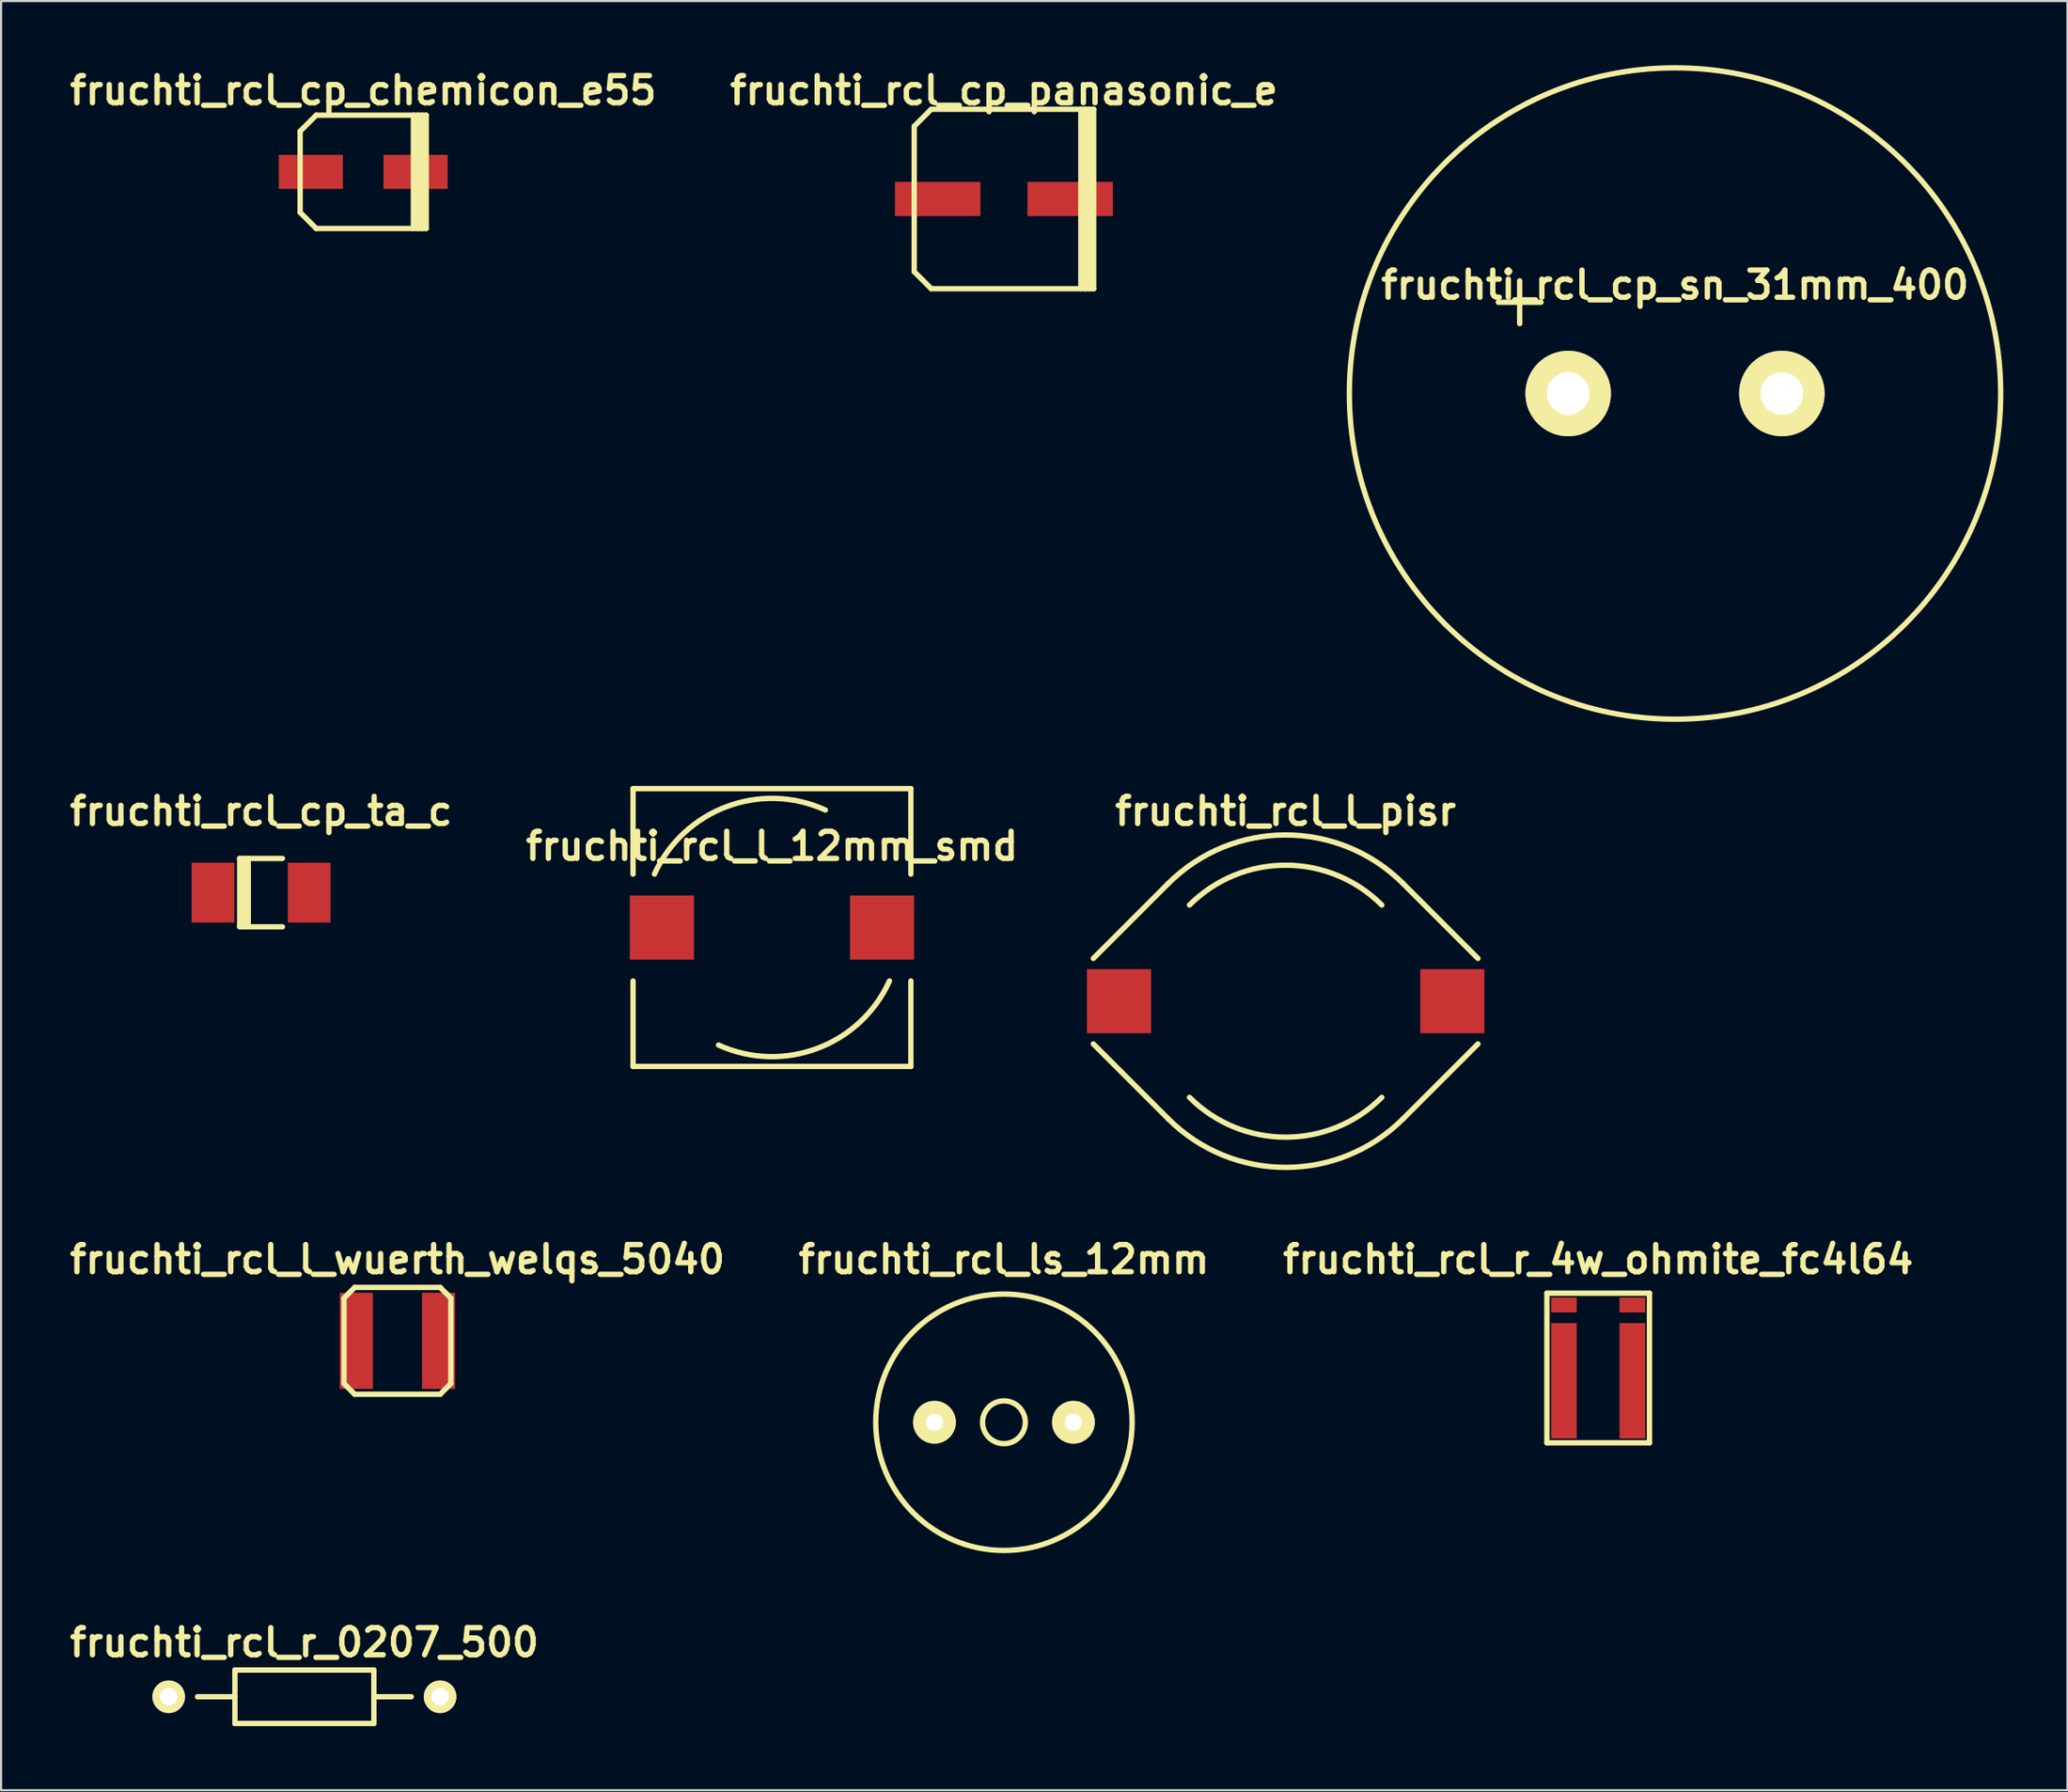
<source format=kicad_pcb>
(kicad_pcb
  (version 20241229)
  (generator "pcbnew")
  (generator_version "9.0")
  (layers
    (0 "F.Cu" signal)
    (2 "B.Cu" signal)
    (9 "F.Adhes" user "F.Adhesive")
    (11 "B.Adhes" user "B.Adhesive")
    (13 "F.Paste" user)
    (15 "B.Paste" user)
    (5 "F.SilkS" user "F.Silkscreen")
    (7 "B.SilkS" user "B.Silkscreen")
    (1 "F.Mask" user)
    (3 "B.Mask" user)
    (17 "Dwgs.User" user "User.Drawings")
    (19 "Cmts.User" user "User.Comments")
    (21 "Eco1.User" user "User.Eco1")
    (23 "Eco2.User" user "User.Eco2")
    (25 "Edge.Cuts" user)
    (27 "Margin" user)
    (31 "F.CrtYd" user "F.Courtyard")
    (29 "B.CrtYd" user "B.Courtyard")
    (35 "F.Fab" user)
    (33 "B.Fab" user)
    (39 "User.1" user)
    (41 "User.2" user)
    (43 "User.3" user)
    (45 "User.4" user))
  (footprint "fruchti_rcl_cp_sn_31mm_400"
    (layer "F.Cu")
    (at 75.334 15.365)
    (property "Reference" "fruchti_rcl_cp_sn_31mm_400" (at 0 -5.08 0) (layer "F.SilkS") (effects (font (size 1.27 1.27) (thickness 0.25))))
    (attr through_hole)
    (fp_line (start -8.27 -4.27) (end -6.271 -4.27) (stroke (width 0.25) (type solid)) (layer "F.SilkS"))
    (fp_line (start -7.269 -5.271) (end -7.269 -3.269) (stroke (width 0.25) (type solid)) (layer "F.SilkS"))
    (fp_circle (center 0 0) (end 15.24 0) (stroke (width 0.25) (type solid)) (fill no) (layer "F.SilkS"))
    (pad "1" thru_hole circle (at -5 0) (size 4 4) (drill 2) (layers "*.Cu" "*.Mask" "F.SilkS"))
    (pad "2" thru_hole circle (at 5 0) (size 4 4) (drill 2) (layers "*.Cu" "*.Mask" "F.SilkS")))
  (footprint "fruchti_rcl_l_12mm_smd"
    (layer "F.Cu")
    (at 33.075 40.355)
    (property "Reference" "fruchti_rcl_l_12mm_smd" (at 0 -3.81 0) (layer "F.SilkS") (effects (font (size 1.27 1.27) (thickness 0.25))))
    (attr through_hole)
    (fp_line (start -6.5 -6.5) (end -6.5 -2.5) (stroke (width 0.25) (type solid)) (layer "F.SilkS"))
    (fp_line (start -6.5 6.5) (end -6.5 2.5) (stroke (width 0.25) (type solid)) (layer "F.SilkS"))
    (fp_line (start -6.5 6.5) (end 6.5 6.5) (stroke (width 0.25) (type solid)) (layer "F.SilkS"))
    (fp_line (start 6.5 -6.5) (end -6.5 -6.5) (stroke (width 0.25) (type solid)) (layer "F.SilkS"))
    (fp_line (start 6.5 -6.5) (end 6.5 -2.5) (stroke (width 0.25) (type solid)) (layer "F.SilkS"))
    (fp_line (start 6.5 6.5) (end 6.5 2.5) (stroke (width 0.25) (type solid)) (layer "F.SilkS"))
    (fp_arc (start -5.5 -2.5) (mid -2.12132 -5.656854) (end 2.5 -5.5) (stroke (width 0.25) (type solid)) (layer "F.SilkS"))
    (fp_arc (start 5.5 2.5) (mid 2.12132 5.656854) (end -2.5 5.5) (stroke (width 0.25) (type solid)) (layer "F.SilkS"))
    (pad "1" smd rect (at -5.151 0) (size 3 3) (layers "F.Cu" "F.Mask" "F.Paste"))
    (pad "2" smd rect (at 5.151 0) (size 3 3) (layers "F.Cu" "F.Mask" "F.Paste")))
  (footprint "fruchti_rcl_r_0207_500"
    (layer "F.Cu")
    (at 11.194 76.353)
    (property "Reference" "fruchti_rcl_r_0207_500" (at 0 -2.54 0) (layer "F.SilkS") (effects (font (size 1.27 1.27) (thickness 0.25))))
    (attr through_hole)
    (fp_line (start -3.251 -1.25) (end 3.251 -1.25) (stroke (width 0.25) (type solid)) (layer "F.SilkS"))
    (fp_line (start -3.251 0) (end -5.001 0) (stroke (width 0.25) (type solid)) (layer "F.SilkS"))
    (fp_line (start -3.251 1.25) (end -3.251 -1.25) (stroke (width 0.25) (type solid)) (layer "F.SilkS"))
    (fp_line (start 3.251 -1.25) (end 3.251 1.25) (stroke (width 0.25) (type solid)) (layer "F.SilkS"))
    (fp_line (start 3.251 0) (end 5.001 0) (stroke (width 0.25) (type solid)) (layer "F.SilkS"))
    (fp_line (start 3.251 1.25) (end -3.251 1.25) (stroke (width 0.25) (type solid)) (layer "F.SilkS"))
    (pad "1" thru_hole circle (at -6.35 0) (size 1.524 1.524) (drill 0.813) (layers "*.Cu" "*.Mask" "F.SilkS"))
    (pad "2" thru_hole circle (at 6.35 0) (size 1.524 1.524) (drill 0.813) (layers "*.Cu" "*.Mask" "F.SilkS")))
  (footprint "fruchti_rcl_r_4w_ohmite_fc4l64"
    (layer "F.Cu")
    (at 71.738 60.967)
    (property "Reference" "fruchti_rcl_r_4w_ohmite_fc4l64" (at 0 -5.08 0) (layer "F.SilkS") (effects (font (size 1.27 1.27) (thickness 0.25))))
    (attr through_hole)
    (fp_line (start -2.4 -3.5) (end 2.4 -3.5) (stroke (width 0.25) (type solid)) (layer "F.SilkS"))
    (fp_line (start -2.4 3.5) (end -2.4 -3.5) (stroke (width 0.25) (type solid)) (layer "F.SilkS"))
    (fp_line (start 2.4 -3.5) (end 2.4 3.5) (stroke (width 0.25) (type solid)) (layer "F.SilkS"))
    (fp_line (start 2.4 3.5) (end -2.4 3.5) (stroke (width 0.25) (type solid)) (layer "F.SilkS"))
    (pad "P1" smd rect (at -1.6 0.6) (size 1.2 5.4) (layers "F.Cu" "F.Mask" "F.Paste"))
    (pad "P2" smd rect (at 1.6 0.6) (size 1.2 5.4) (layers "F.Cu" "F.Mask" "F.Paste"))
    (pad "S1" smd rect (at -1.6 -2.95) (size 1.2 0.7) (layers "F.Cu" "F.Mask" "F.Paste"))
    (pad "S2" smd rect (at 1.6 -2.95) (size 1.2 0.7) (layers "F.Cu" "F.Mask" "F.Paste")))
  (footprint "fruchti_rcl_l_pisr"
    (layer "F.Cu")
    (at 57.113 43.802)
    (property "Reference" "fruchti_rcl_l_pisr" (at 0 -8.89 0) (layer "F.SilkS") (effects (font (size 1.27 1.27) (thickness 0.25))))
    (attr through_hole)
    (fp_line (start -5.5 -5.5) (end -9 -2) (stroke (width 0.25) (type solid)) (layer "F.SilkS"))
    (fp_line (start -5.5 5.5) (end -9 2) (stroke (width 0.25) (type solid)) (layer "F.SilkS"))
    (fp_line (start 5.5 -5.5) (end 9 -2) (stroke (width 0.25) (type solid)) (layer "F.SilkS"))
    (fp_line (start 5.5 5.5) (end 9 2) (stroke (width 0.25) (type solid)) (layer "F.SilkS"))
    (fp_arc (start -5.5 -5.5) (mid 0 -7.778175) (end 5.5 -5.5) (stroke (width 0.25) (type solid)) (layer "F.SilkS"))
    (fp_arc (start -4.5 -4.5) (mid 0 -6.363961) (end 4.5 -4.5) (stroke (width 0.25) (type solid)) (layer "F.SilkS"))
    (fp_arc (start 4.5 4.5) (mid 0 6.363961) (end -4.5 4.5) (stroke (width 0.25) (type solid)) (layer "F.SilkS"))
    (fp_arc (start 5.5 5.5) (mid 0 7.778175) (end -5.5 5.5) (stroke (width 0.25) (type solid)) (layer "F.SilkS"))
    (pad "1" smd rect (at -7.8 0) (size 3 3) (layers "F.Cu" "F.Mask" "F.Paste"))
    (pad "2" smd rect (at 7.8 0) (size 3 3) (layers "F.Cu" "F.Mask" "F.Paste")))
  (footprint "fruchti_rcl_l_wuerth_welqs_5040"
    (layer "F.Cu")
    (at 15.548 59.697)
    (property "Reference" "fruchti_rcl_l_wuerth_welqs_5040" (at 0 -3.81 0) (layer "F.SilkS") (effects (font (size 1.27 1.27) (thickness 0.25))))
    (attr through_hole)
    (fp_line (start -2.5 -2) (end -2 -2.5) (stroke (width 0.25) (type solid)) (layer "F.SilkS"))
    (fp_line (start -2.5 2) (end -2.5 -2) (stroke (width 0.25) (type solid)) (layer "F.SilkS"))
    (fp_line (start -2 -2.5) (end 2 -2.5) (stroke (width 0.25) (type solid)) (layer "F.SilkS"))
    (fp_line (start -2 2.5) (end -2.5 2) (stroke (width 0.25) (type solid)) (layer "F.SilkS"))
    (fp_line (start 2 -2.5) (end 2.5 -2) (stroke (width 0.25) (type solid)) (layer "F.SilkS"))
    (fp_line (start 2 2.5) (end -2 2.5) (stroke (width 0.25) (type solid)) (layer "F.SilkS"))
    (fp_line (start 2.5 -2) (end 2.5 2) (stroke (width 0.25) (type solid)) (layer "F.SilkS"))
    (fp_line (start 2.5 2) (end 2 2.5) (stroke (width 0.25) (type solid)) (layer "F.SilkS"))
    (pad "1" smd rect (at -1.925 0) (size 1.55 4.5) (layers "F.Cu" "F.Mask" "F.Paste"))
    (pad "2" smd rect (at 1.925 0) (size 1.55 4.5) (layers "F.Cu" "F.Mask" "F.Paste")))
  (footprint "fruchti_rcl_cp_ta_c"
    (layer "F.Cu")
    (at 9.168 38.722)
    (property "Reference" "fruchti_rcl_cp_ta_c" (at 0 -3.81 0) (layer "F.SilkS") (effects (font (size 1.27 1.27) (thickness 0.25))))
    (attr through_hole)
    (fp_line (start -1 -1.6) (end -1 1.6) (stroke (width 0.25) (type solid)) (layer "F.SilkS"))
    (fp_line (start -1 -1.6) (end 1 -1.6) (stroke (width 0.25) (type solid)) (layer "F.SilkS"))
    (fp_line (start -1 1.6) (end 1 1.6) (stroke (width 0.25) (type solid)) (layer "F.SilkS"))
    (fp_line (start -0.8 -1.6) (end -0.8 1.6) (stroke (width 0.25) (type solid)) (layer "F.SilkS"))
    (fp_line (start -0.6 -1.6) (end -0.6 1.6) (stroke (width 0.25) (type solid)) (layer "F.SilkS"))
    (pad "1" smd rect (at -2.25 0) (size 2 2.8) (layers "F.Cu" "F.Mask" "F.Paste"))
    (pad "2" smd rect (at 2.25 0) (size 2 2.8) (layers "F.Cu" "F.Mask" "F.Paste")))
  (footprint "fruchti_rcl_ls_12mm"
    (layer "F.Cu")
    (at 43.93 63.507)
    (property "Reference" "fruchti_rcl_ls_12mm" (at 0 -7.62 0) (layer "F.SilkS") (effects (font (size 1.27 1.27) (thickness 0.25))))
    (attr through_hole)
    (fp_circle (center 0 0) (end 1.001 0) (stroke (width 0.25) (type solid)) (fill no) (layer "F.SilkS"))
    (fp_circle (center 0 0) (end 5.999 0) (stroke (width 0.25) (type solid)) (fill no) (layer "F.SilkS"))
    (pad "1" thru_hole circle (at -3.251 0) (size 1.999 1.999) (drill 0.8) (layers "*.Cu" "*.Mask" "F.SilkS"))
    (pad "2" thru_hole circle (at 3.251 0) (size 1.999 1.999) (drill 0.8) (layers "*.Cu" "*.Mask" "F.SilkS")))
  (footprint "fruchti_rcl_cp_chemicon_e55"
    (layer "F.Cu")
    (at 13.946 4.992)
    (property "Reference" "fruchti_rcl_cp_chemicon_e55" (at 0 -3.81 0) (layer "F.SilkS") (effects (font (size 1.27 1.27) (thickness 0.25))))
    (attr through_hole)
    (fp_line (start -2.95 -1.9) (end -2.95 1.9) (stroke (width 0.25) (type solid)) (layer "F.SilkS"))
    (fp_line (start -2.95 -1.9) (end -2.2 -2.65) (stroke (width 0.25) (type solid)) (layer "F.SilkS"))
    (fp_line (start -2.95 1.9) (end -2.2 2.65) (stroke (width 0.25) (type solid)) (layer "F.SilkS"))
    (fp_line (start -2.2 -2.65) (end 2.95 -2.65) (stroke (width 0.25) (type solid)) (layer "F.SilkS"))
    (fp_line (start -2.2 2.65) (end 2.95 2.65) (stroke (width 0.25) (type solid)) (layer "F.SilkS"))
    (fp_line (start 2.35 -2.65) (end 2.35 2.65) (stroke (width 0.25) (type solid)) (layer "F.SilkS"))
    (fp_line (start 2.55 2.65) (end 2.55 -2.65) (stroke (width 0.25) (type solid)) (layer "F.SilkS"))
    (fp_line (start 2.75 -2.65) (end 2.75 2.65) (stroke (width 0.25) (type solid)) (layer "F.SilkS"))
    (fp_line (start 2.95 -2.65) (end 2.95 2.65) (stroke (width 0.25) (type solid)) (layer "F.SilkS"))
    (pad "1" smd rect (at -2.45 0) (size 3 1.6) (layers "F.Cu" "F.Mask" "F.Paste"))
    (pad "2" smd rect (at 2.45 0) (size 3 1.6) (layers "F.Cu" "F.Mask" "F.Paste")))
  (footprint "fruchti_rcl_cp_panasonic_e"
    (layer "F.Cu")
    (at 43.93 6.262)
    (property "Reference" "fruchti_rcl_cp_panasonic_e" (at 0 -5.08 0) (layer "F.SilkS") (effects (font (size 1.27 1.27) (thickness 0.25))))
    (attr through_hole)
    (fp_line (start -4.2 -3.4) (end -4.2 3.4) (stroke (width 0.25) (type solid)) (layer "F.SilkS"))
    (fp_line (start -4.2 3.4) (end -3.4 4.2) (stroke (width 0.25) (type solid)) (layer "F.SilkS"))
    (fp_line (start -3.4 -4.2) (end -4.2 -3.4) (stroke (width 0.25) (type solid)) (layer "F.SilkS"))
    (fp_line (start -3.4 4.2) (end 4.2 4.2) (stroke (width 0.25) (type solid)) (layer "F.SilkS"))
    (fp_line (start 3.6 -4.2) (end 3.6 4.2) (stroke (width 0.25) (type solid)) (layer "F.SilkS"))
    (fp_line (start 3.8 4.2) (end 3.8 -4.2) (stroke (width 0.25) (type solid)) (layer "F.SilkS"))
    (fp_line (start 4 -4.2) (end 4 4.2) (stroke (width 0.25) (type solid)) (layer "F.SilkS"))
    (fp_line (start 4.2 -4.2) (end -3.4 -4.2) (stroke (width 0.25) (type solid)) (layer "F.SilkS"))
    (fp_line (start 4.2 4.2) (end 4.2 -4.2) (stroke (width 0.25) (type solid)) (layer "F.SilkS"))
    (pad "1" smd rect (at -3.1 0) (size 4 1.6) (layers "F.Cu" "F.Mask" "F.Paste"))
    (pad "2" smd rect (at 3.1 0) (size 4 1.6) (layers "F.Cu" "F.Mask" "F.Paste")))
  (gr_rect
    (start -3 -3)
    (end 93.699 80.727)
    (stroke (width 0.1) (type default))
    (fill no)
    (layer "Edge.Cuts")))
</source>
